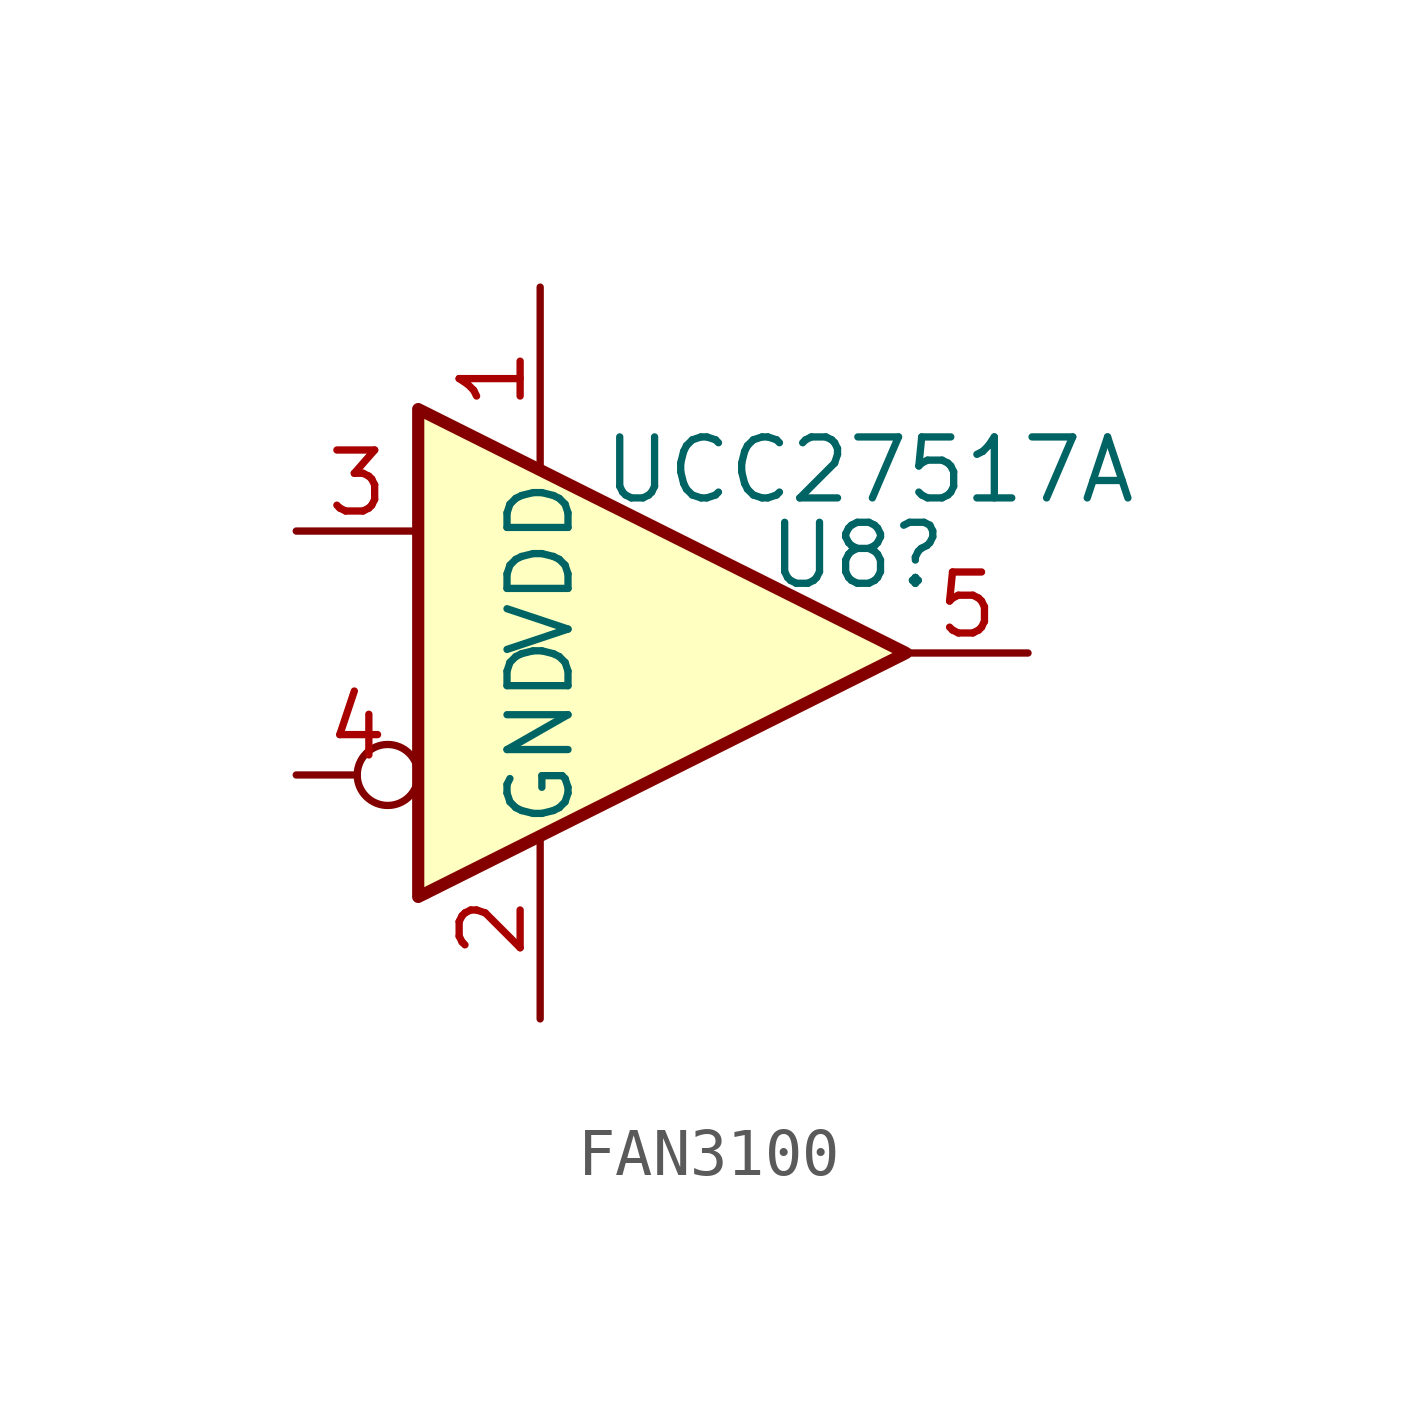
<source format=kicad_sym>
(kicad_symbol_lib
  (version 20220914)
  (generator kicad_symbol_editor)
  (symbol "FAN3100"
    (pin_names
      (offset 0.127))
    (property "Reference" "U8"
      (at 4.064 2.032 0)
      (effects (font (size 1.27 1.27))))
    (property "Value" "UCC27517A"
      (at 4.318 3.81 0)
      (effects (font (size 1.27 1.27))))
    (symbol "FAN3100_0_1"
      (polyline (pts (xy -5.08 5.08) (xy 5.08 0) (xy -5.08 -5.08) (xy -5.08 5.08)) (stroke (width 0.254) (type default)) (fill (type background))))
    (symbol "FAN3100_1_1"
      (pin power_in line (at -2.54 7.62 270) (length 3.81) (name "VDD" (effects (font (size 1.27 1.27)))) (number "1" (effects (font (size 1.27 1.27)))))
      (pin power_in line (at -2.54 -7.62 90) (length 3.81) (name "GND" (effects (font (size 1.27 1.27)))) (number "2" (effects (font (size 1.27 1.27)))))
      (pin input line (at -7.62 2.54 0) (length 2.54) (name "~" (effects (font (size 1.27 1.27)))) (number "3" (effects (font (size 1.27 1.27)))))
      (pin input inverted (at -7.62 -2.54 0) (length 2.54) (name "~" (effects (font (size 1.27 1.27)))) (number "4" (effects (font (size 1.27 1.27)))))
      (pin output line (at 7.62 0 180) (length 2.54) (name "~" (effects (font (size 1.27 1.27)))) (number "5" (effects (font (size 1.27 1.27))))))))
</source>
